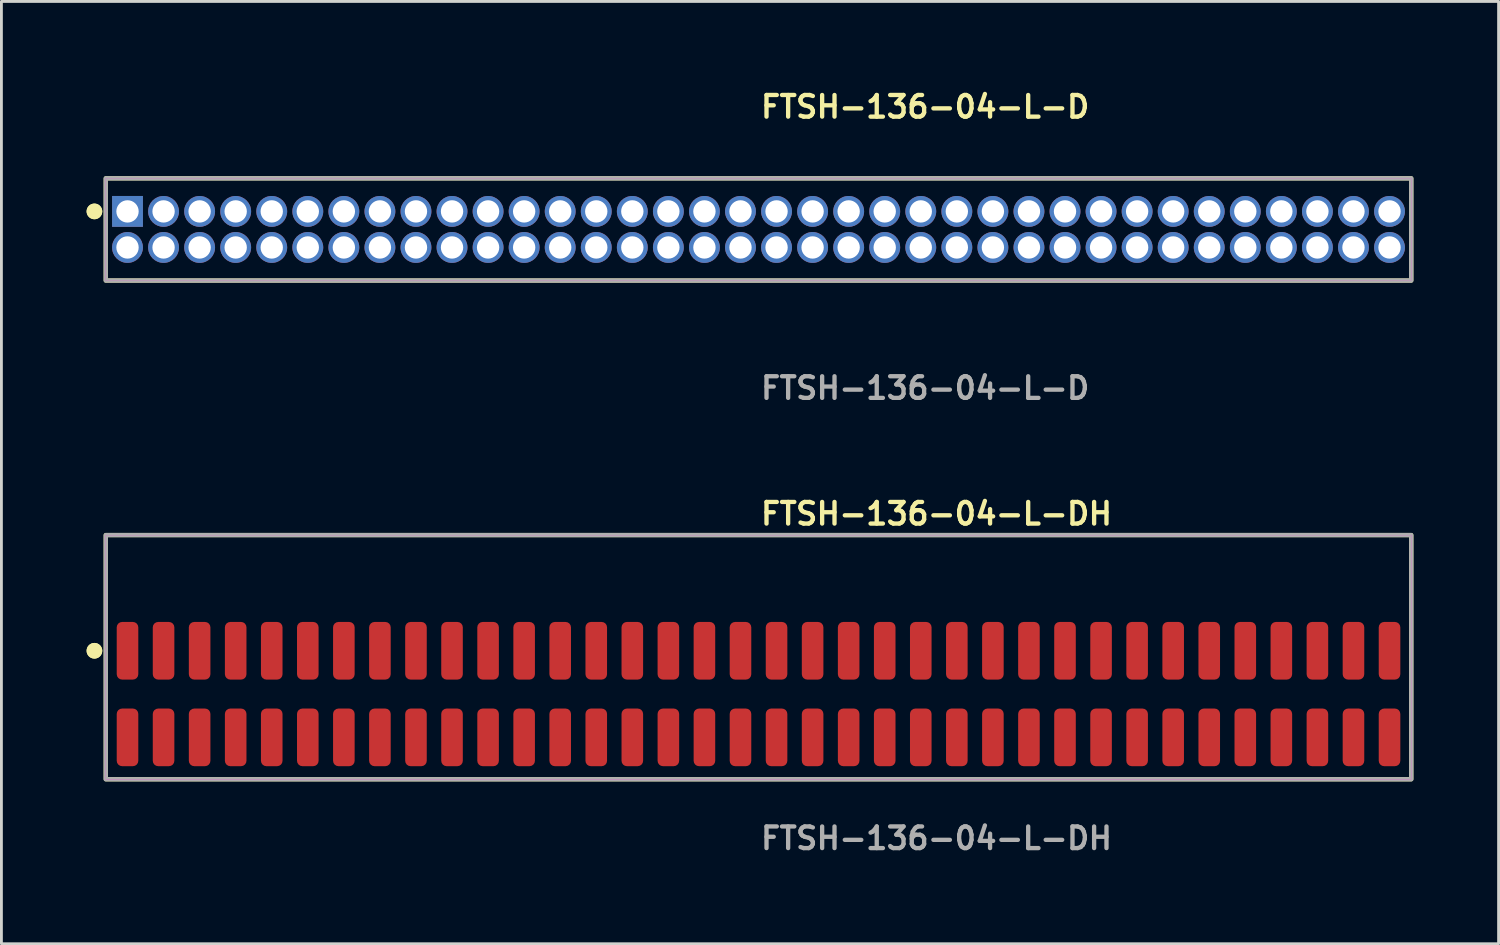
<source format=kicad_pcb>
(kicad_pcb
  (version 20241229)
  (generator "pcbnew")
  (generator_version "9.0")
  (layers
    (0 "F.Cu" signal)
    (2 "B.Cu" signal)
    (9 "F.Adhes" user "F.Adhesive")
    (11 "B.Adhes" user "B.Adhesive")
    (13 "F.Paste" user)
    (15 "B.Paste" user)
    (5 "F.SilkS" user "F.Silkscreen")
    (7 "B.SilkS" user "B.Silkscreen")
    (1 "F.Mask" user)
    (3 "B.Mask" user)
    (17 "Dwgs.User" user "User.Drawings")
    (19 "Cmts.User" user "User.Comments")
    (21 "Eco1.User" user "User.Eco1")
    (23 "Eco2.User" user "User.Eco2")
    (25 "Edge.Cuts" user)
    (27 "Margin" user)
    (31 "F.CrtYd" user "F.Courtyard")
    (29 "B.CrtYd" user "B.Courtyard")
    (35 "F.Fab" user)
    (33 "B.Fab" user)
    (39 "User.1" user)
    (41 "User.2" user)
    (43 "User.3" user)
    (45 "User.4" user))
  (footprint "FTSH-136-04-L-D"
    (layer "F.Cu")
    (at 23.666 5.031)
    (property "Reference" "FTSH-136-04-L-D" (at 0 -4.318 0) (unlocked yes) (layer "F.SilkS") (effects (font (size 0.762 0.762) (thickness 0.152)) (justify left)))
    (fp_rect (start -22.99 1.8) (end 22.99 -1.8) (stroke (width 0.152) (type solid)) (fill no) (layer "F.SilkS"))
    (fp_circle (center -23.39 -0.635) (end -23.59 -0.635) (stroke (width 0.152) (type solid)) (fill yes) (layer "F.SilkS"))
    (fp_circle (center -23.39 -0.635) (end -23.59 -0.635) (stroke (width 0.152) (type solid)) (fill yes) (layer "F.SilkS"))
    (fp_rect (start -22.99 1.8) (end 22.99 -1.8) (stroke (width 0.006) (type solid)) (fill no) (layer "F.CrtYd"))
    (fp_rect (start -22.99 1.8) (end 22.99 -1.8) (stroke (width 0.152) (type solid)) (fill no) (layer "F.Fab"))
    (fp_text user "${REFERENCE}" (at 0 5.588 0) (unlocked yes) (layer "F.Fab") (effects (font (size 0.762 0.762) (thickness 0.152)) (justify left)))
    (pad "1" thru_hole rect (at -22.225 -0.635) (size 1.087 1.087) (drill 0.787) (layers "*.Cu" "*.Mask"))
    (pad "2" thru_hole circle (at -22.225 0.635) (size 1.087 1.087) (drill 0.787) (layers "*.Cu" "*.Mask"))
    (pad "3" thru_hole circle (at -20.955 -0.635) (size 1.087 1.087) (drill 0.787) (layers "*.Cu" "*.Mask"))
    (pad "4" thru_hole circle (at -20.955 0.635) (size 1.087 1.087) (drill 0.787) (layers "*.Cu" "*.Mask"))
    (pad "5" thru_hole circle (at -19.685 -0.635) (size 1.087 1.087) (drill 0.787) (layers "*.Cu" "*.Mask"))
    (pad "6" thru_hole circle (at -19.685 0.635) (size 1.087 1.087) (drill 0.787) (layers "*.Cu" "*.Mask"))
    (pad "7" thru_hole circle (at -18.415 -0.635) (size 1.087 1.087) (drill 0.787) (layers "*.Cu" "*.Mask"))
    (pad "8" thru_hole circle (at -18.415 0.635) (size 1.087 1.087) (drill 0.787) (layers "*.Cu" "*.Mask"))
    (pad "9" thru_hole circle (at -17.145 -0.635) (size 1.087 1.087) (drill 0.787) (layers "*.Cu" "*.Mask"))
    (pad "10" thru_hole circle (at -17.145 0.635) (size 1.087 1.087) (drill 0.787) (layers "*.Cu" "*.Mask"))
    (pad "11" thru_hole circle (at -15.875 -0.635) (size 1.087 1.087) (drill 0.787) (layers "*.Cu" "*.Mask"))
    (pad "12" thru_hole circle (at -15.875 0.635) (size 1.087 1.087) (drill 0.787) (layers "*.Cu" "*.Mask"))
    (pad "13" thru_hole circle (at -14.605 -0.635) (size 1.087 1.087) (drill 0.787) (layers "*.Cu" "*.Mask"))
    (pad "14" thru_hole circle (at -14.605 0.635) (size 1.087 1.087) (drill 0.787) (layers "*.Cu" "*.Mask"))
    (pad "15" thru_hole circle (at -13.335 -0.635) (size 1.087 1.087) (drill 0.787) (layers "*.Cu" "*.Mask"))
    (pad "16" thru_hole circle (at -13.335 0.635) (size 1.087 1.087) (drill 0.787) (layers "*.Cu" "*.Mask"))
    (pad "17" thru_hole circle (at -12.065 -0.635) (size 1.087 1.087) (drill 0.787) (layers "*.Cu" "*.Mask"))
    (pad "18" thru_hole circle (at -12.065 0.635) (size 1.087 1.087) (drill 0.787) (layers "*.Cu" "*.Mask"))
    (pad "19" thru_hole circle (at -10.795 -0.635) (size 1.087 1.087) (drill 0.787) (layers "*.Cu" "*.Mask"))
    (pad "20" thru_hole circle (at -10.795 0.635) (size 1.087 1.087) (drill 0.787) (layers "*.Cu" "*.Mask"))
    (pad "21" thru_hole circle (at -9.525 -0.635) (size 1.087 1.087) (drill 0.787) (layers "*.Cu" "*.Mask"))
    (pad "22" thru_hole circle (at -9.525 0.635) (size 1.087 1.087) (drill 0.787) (layers "*.Cu" "*.Mask"))
    (pad "23" thru_hole circle (at -8.255 -0.635) (size 1.087 1.087) (drill 0.787) (layers "*.Cu" "*.Mask"))
    (pad "24" thru_hole circle (at -8.255 0.635) (size 1.087 1.087) (drill 0.787) (layers "*.Cu" "*.Mask"))
    (pad "25" thru_hole circle (at -6.985 -0.635) (size 1.087 1.087) (drill 0.787) (layers "*.Cu" "*.Mask"))
    (pad "26" thru_hole circle (at -6.985 0.635) (size 1.087 1.087) (drill 0.787) (layers "*.Cu" "*.Mask"))
    (pad "27" thru_hole circle (at -5.715 -0.635) (size 1.087 1.087) (drill 0.787) (layers "*.Cu" "*.Mask"))
    (pad "28" thru_hole circle (at -5.715 0.635) (size 1.087 1.087) (drill 0.787) (layers "*.Cu" "*.Mask"))
    (pad "29" thru_hole circle (at -4.445 -0.635) (size 1.087 1.087) (drill 0.787) (layers "*.Cu" "*.Mask"))
    (pad "30" thru_hole circle (at -4.445 0.635) (size 1.087 1.087) (drill 0.787) (layers "*.Cu" "*.Mask"))
    (pad "31" thru_hole circle (at -3.175 -0.635) (size 1.087 1.087) (drill 0.787) (layers "*.Cu" "*.Mask"))
    (pad "32" thru_hole circle (at -3.175 0.635) (size 1.087 1.087) (drill 0.787) (layers "*.Cu" "*.Mask"))
    (pad "33" thru_hole circle (at -1.905 -0.635) (size 1.087 1.087) (drill 0.787) (layers "*.Cu" "*.Mask"))
    (pad "34" thru_hole circle (at -1.905 0.635) (size 1.087 1.087) (drill 0.787) (layers "*.Cu" "*.Mask"))
    (pad "35" thru_hole circle (at -0.635 -0.635) (size 1.087 1.087) (drill 0.787) (layers "*.Cu" "*.Mask"))
    (pad "36" thru_hole circle (at -0.635 0.635) (size 1.087 1.087) (drill 0.787) (layers "*.Cu" "*.Mask"))
    (pad "37" thru_hole circle (at 0.635 -0.635) (size 1.087 1.087) (drill 0.787) (layers "*.Cu" "*.Mask"))
    (pad "38" thru_hole circle (at 0.635 0.635) (size 1.087 1.087) (drill 0.787) (layers "*.Cu" "*.Mask"))
    (pad "39" thru_hole circle (at 1.905 -0.635) (size 1.087 1.087) (drill 0.787) (layers "*.Cu" "*.Mask"))
    (pad "40" thru_hole circle (at 1.905 0.635) (size 1.087 1.087) (drill 0.787) (layers "*.Cu" "*.Mask"))
    (pad "41" thru_hole circle (at 3.175 -0.635) (size 1.087 1.087) (drill 0.787) (layers "*.Cu" "*.Mask"))
    (pad "42" thru_hole circle (at 3.175 0.635) (size 1.087 1.087) (drill 0.787) (layers "*.Cu" "*.Mask"))
    (pad "43" thru_hole circle (at 4.445 -0.635) (size 1.087 1.087) (drill 0.787) (layers "*.Cu" "*.Mask"))
    (pad "44" thru_hole circle (at 4.445 0.635) (size 1.087 1.087) (drill 0.787) (layers "*.Cu" "*.Mask"))
    (pad "45" thru_hole circle (at 5.715 -0.635) (size 1.087 1.087) (drill 0.787) (layers "*.Cu" "*.Mask"))
    (pad "46" thru_hole circle (at 5.715 0.635) (size 1.087 1.087) (drill 0.787) (layers "*.Cu" "*.Mask"))
    (pad "47" thru_hole circle (at 6.985 -0.635) (size 1.087 1.087) (drill 0.787) (layers "*.Cu" "*.Mask"))
    (pad "48" thru_hole circle (at 6.985 0.635) (size 1.087 1.087) (drill 0.787) (layers "*.Cu" "*.Mask"))
    (pad "49" thru_hole circle (at 8.255 -0.635) (size 1.087 1.087) (drill 0.787) (layers "*.Cu" "*.Mask"))
    (pad "50" thru_hole circle (at 8.255 0.635) (size 1.087 1.087) (drill 0.787) (layers "*.Cu" "*.Mask"))
    (pad "51" thru_hole circle (at 9.525 -0.635) (size 1.087 1.087) (drill 0.787) (layers "*.Cu" "*.Mask"))
    (pad "52" thru_hole circle (at 9.525 0.635) (size 1.087 1.087) (drill 0.787) (layers "*.Cu" "*.Mask"))
    (pad "53" thru_hole circle (at 10.795 -0.635) (size 1.087 1.087) (drill 0.787) (layers "*.Cu" "*.Mask"))
    (pad "54" thru_hole circle (at 10.795 0.635) (size 1.087 1.087) (drill 0.787) (layers "*.Cu" "*.Mask"))
    (pad "55" thru_hole circle (at 12.065 -0.635) (size 1.087 1.087) (drill 0.787) (layers "*.Cu" "*.Mask"))
    (pad "56" thru_hole circle (at 12.065 0.635) (size 1.087 1.087) (drill 0.787) (layers "*.Cu" "*.Mask"))
    (pad "57" thru_hole circle (at 13.335 -0.635) (size 1.087 1.087) (drill 0.787) (layers "*.Cu" "*.Mask"))
    (pad "58" thru_hole circle (at 13.335 0.635) (size 1.087 1.087) (drill 0.787) (layers "*.Cu" "*.Mask"))
    (pad "59" thru_hole circle (at 14.605 -0.635) (size 1.087 1.087) (drill 0.787) (layers "*.Cu" "*.Mask"))
    (pad "60" thru_hole circle (at 14.605 0.635) (size 1.087 1.087) (drill 0.787) (layers "*.Cu" "*.Mask"))
    (pad "61" thru_hole circle (at 15.875 -0.635) (size 1.087 1.087) (drill 0.787) (layers "*.Cu" "*.Mask"))
    (pad "62" thru_hole circle (at 15.875 0.635) (size 1.087 1.087) (drill 0.787) (layers "*.Cu" "*.Mask"))
    (pad "63" thru_hole circle (at 17.145 -0.635) (size 1.087 1.087) (drill 0.787) (layers "*.Cu" "*.Mask"))
    (pad "64" thru_hole circle (at 17.145 0.635) (size 1.087 1.087) (drill 0.787) (layers "*.Cu" "*.Mask"))
    (pad "65" thru_hole circle (at 18.415 -0.635) (size 1.087 1.087) (drill 0.787) (layers "*.Cu" "*.Mask"))
    (pad "66" thru_hole circle (at 18.415 0.635) (size 1.087 1.087) (drill 0.787) (layers "*.Cu" "*.Mask"))
    (pad "67" thru_hole circle (at 19.685 -0.635) (size 1.087 1.087) (drill 0.787) (layers "*.Cu" "*.Mask"))
    (pad "68" thru_hole circle (at 19.685 0.635) (size 1.087 1.087) (drill 0.787) (layers "*.Cu" "*.Mask"))
    (pad "69" thru_hole circle (at 20.955 -0.635) (size 1.087 1.087) (drill 0.787) (layers "*.Cu" "*.Mask"))
    (pad "70" thru_hole circle (at 20.955 0.635) (size 1.087 1.087) (drill 0.787) (layers "*.Cu" "*.Mask"))
    (pad "71" thru_hole circle (at 22.225 -0.635) (size 1.087 1.087) (drill 0.787) (layers "*.Cu" "*.Mask"))
    (pad "72" thru_hole circle (at 22.225 0.635) (size 1.087 1.087) (drill 0.787) (layers "*.Cu" "*.Mask")))
  (footprint "FTSH-136-04-L-DH"
    (layer "F.Cu")
    (at 23.666 21.396)
    (property "Reference" "FTSH-136-04-L-DH" (at 0 -6.35 0) (unlocked yes) (layer "F.SilkS") (effects (font (size 0.762 0.762) (thickness 0.152)) (justify left)))
    (fp_rect (start -22.99 3) (end 22.99 -5.6) (stroke (width 0.152) (type solid)) (fill no) (layer "F.SilkS"))
    (fp_circle (center -23.39 -1.525) (end -23.59 -1.525) (stroke (width 0.152) (type solid)) (fill yes) (layer "F.SilkS"))
    (fp_circle (center -23.39 -1.525) (end -23.59 -1.525) (stroke (width 0.152) (type solid)) (fill yes) (layer "F.SilkS"))
    (fp_rect (start -22.99 3) (end 22.99 -5.6) (stroke (width 0.006) (type solid)) (fill no) (layer "F.CrtYd"))
    (fp_rect (start -22.99 3) (end 22.99 -5.6) (stroke (width 0.152) (type solid)) (fill no) (layer "F.Fab"))
    (fp_text user "${REFERENCE}" (at 0 5.08 0) (unlocked yes) (layer "F.Fab") (effects (font (size 0.762 0.762) (thickness 0.152)) (justify left)))
    (pad "1" smd roundrect (at -22.225 -1.525) (size 0.76 2.03) (layers "F.Cu" "F.Paste") (roundrect_rratio 0.25))
    (pad "2" smd roundrect (at -22.225 1.525) (size 0.76 2.03) (layers "F.Cu" "F.Paste") (roundrect_rratio 0.25))
    (pad "3" smd roundrect (at -20.955 -1.525) (size 0.76 2.03) (layers "F.Cu" "F.Paste") (roundrect_rratio 0.25))
    (pad "4" smd roundrect (at -20.955 1.525) (size 0.76 2.03) (layers "F.Cu" "F.Paste") (roundrect_rratio 0.25))
    (pad "5" smd roundrect (at -19.685 -1.525) (size 0.76 2.03) (layers "F.Cu" "F.Paste") (roundrect_rratio 0.25))
    (pad "6" smd roundrect (at -19.685 1.525) (size 0.76 2.03) (layers "F.Cu" "F.Paste") (roundrect_rratio 0.25))
    (pad "7" smd roundrect (at -18.415 -1.525) (size 0.76 2.03) (layers "F.Cu" "F.Paste") (roundrect_rratio 0.25))
    (pad "8" smd roundrect (at -18.415 1.525) (size 0.76 2.03) (layers "F.Cu" "F.Paste") (roundrect_rratio 0.25))
    (pad "9" smd roundrect (at -17.145 -1.525) (size 0.76 2.03) (layers "F.Cu" "F.Paste") (roundrect_rratio 0.25))
    (pad "10" smd roundrect (at -17.145 1.525) (size 0.76 2.03) (layers "F.Cu" "F.Paste") (roundrect_rratio 0.25))
    (pad "11" smd roundrect (at -15.875 -1.525) (size 0.76 2.03) (layers "F.Cu" "F.Paste") (roundrect_rratio 0.25))
    (pad "12" smd roundrect (at -15.875 1.525) (size 0.76 2.03) (layers "F.Cu" "F.Paste") (roundrect_rratio 0.25))
    (pad "13" smd roundrect (at -14.605 -1.525) (size 0.76 2.03) (layers "F.Cu" "F.Paste") (roundrect_rratio 0.25))
    (pad "14" smd roundrect (at -14.605 1.525) (size 0.76 2.03) (layers "F.Cu" "F.Paste") (roundrect_rratio 0.25))
    (pad "15" smd roundrect (at -13.335 -1.525) (size 0.76 2.03) (layers "F.Cu" "F.Paste") (roundrect_rratio 0.25))
    (pad "16" smd roundrect (at -13.335 1.525) (size 0.76 2.03) (layers "F.Cu" "F.Paste") (roundrect_rratio 0.25))
    (pad "17" smd roundrect (at -12.065 -1.525) (size 0.76 2.03) (layers "F.Cu" "F.Paste") (roundrect_rratio 0.25))
    (pad "18" smd roundrect (at -12.065 1.525) (size 0.76 2.03) (layers "F.Cu" "F.Paste") (roundrect_rratio 0.25))
    (pad "19" smd roundrect (at -10.795 -1.525) (size 0.76 2.03) (layers "F.Cu" "F.Paste") (roundrect_rratio 0.25))
    (pad "20" smd roundrect (at -10.795 1.525) (size 0.76 2.03) (layers "F.Cu" "F.Paste") (roundrect_rratio 0.25))
    (pad "21" smd roundrect (at -9.525 -1.525) (size 0.76 2.03) (layers "F.Cu" "F.Paste") (roundrect_rratio 0.25))
    (pad "22" smd roundrect (at -9.525 1.525) (size 0.76 2.03) (layers "F.Cu" "F.Paste") (roundrect_rratio 0.25))
    (pad "23" smd roundrect (at -8.255 -1.525) (size 0.76 2.03) (layers "F.Cu" "F.Paste") (roundrect_rratio 0.25))
    (pad "24" smd roundrect (at -8.255 1.525) (size 0.76 2.03) (layers "F.Cu" "F.Paste") (roundrect_rratio 0.25))
    (pad "25" smd roundrect (at -6.985 -1.525) (size 0.76 2.03) (layers "F.Cu" "F.Paste") (roundrect_rratio 0.25))
    (pad "26" smd roundrect (at -6.985 1.525) (size 0.76 2.03) (layers "F.Cu" "F.Paste") (roundrect_rratio 0.25))
    (pad "27" smd roundrect (at -5.715 -1.525) (size 0.76 2.03) (layers "F.Cu" "F.Paste") (roundrect_rratio 0.25))
    (pad "28" smd roundrect (at -5.715 1.525) (size 0.76 2.03) (layers "F.Cu" "F.Paste") (roundrect_rratio 0.25))
    (pad "29" smd roundrect (at -4.445 -1.525) (size 0.76 2.03) (layers "F.Cu" "F.Paste") (roundrect_rratio 0.25))
    (pad "30" smd roundrect (at -4.445 1.525) (size 0.76 2.03) (layers "F.Cu" "F.Paste") (roundrect_rratio 0.25))
    (pad "31" smd roundrect (at -3.175 -1.525) (size 0.76 2.03) (layers "F.Cu" "F.Paste") (roundrect_rratio 0.25))
    (pad "32" smd roundrect (at -3.175 1.525) (size 0.76 2.03) (layers "F.Cu" "F.Paste") (roundrect_rratio 0.25))
    (pad "33" smd roundrect (at -1.905 -1.525) (size 0.76 2.03) (layers "F.Cu" "F.Paste") (roundrect_rratio 0.25))
    (pad "34" smd roundrect (at -1.905 1.525) (size 0.76 2.03) (layers "F.Cu" "F.Paste") (roundrect_rratio 0.25))
    (pad "35" smd roundrect (at -0.635 -1.525) (size 0.76 2.03) (layers "F.Cu" "F.Paste") (roundrect_rratio 0.25))
    (pad "36" smd roundrect (at -0.635 1.525) (size 0.76 2.03) (layers "F.Cu" "F.Paste") (roundrect_rratio 0.25))
    (pad "37" smd roundrect (at 0.635 -1.525) (size 0.76 2.03) (layers "F.Cu" "F.Paste") (roundrect_rratio 0.25))
    (pad "38" smd roundrect (at 0.635 1.525) (size 0.76 2.03) (layers "F.Cu" "F.Paste") (roundrect_rratio 0.25))
    (pad "39" smd roundrect (at 1.905 -1.525) (size 0.76 2.03) (layers "F.Cu" "F.Paste") (roundrect_rratio 0.25))
    (pad "40" smd roundrect (at 1.905 1.525) (size 0.76 2.03) (layers "F.Cu" "F.Paste") (roundrect_rratio 0.25))
    (pad "41" smd roundrect (at 3.175 -1.525) (size 0.76 2.03) (layers "F.Cu" "F.Paste") (roundrect_rratio 0.25))
    (pad "42" smd roundrect (at 3.175 1.525) (size 0.76 2.03) (layers "F.Cu" "F.Paste") (roundrect_rratio 0.25))
    (pad "43" smd roundrect (at 4.445 -1.525) (size 0.76 2.03) (layers "F.Cu" "F.Paste") (roundrect_rratio 0.25))
    (pad "44" smd roundrect (at 4.445 1.525) (size 0.76 2.03) (layers "F.Cu" "F.Paste") (roundrect_rratio 0.25))
    (pad "45" smd roundrect (at 5.715 -1.525) (size 0.76 2.03) (layers "F.Cu" "F.Paste") (roundrect_rratio 0.25))
    (pad "46" smd roundrect (at 5.715 1.525) (size 0.76 2.03) (layers "F.Cu" "F.Paste") (roundrect_rratio 0.25))
    (pad "47" smd roundrect (at 6.985 -1.525) (size 0.76 2.03) (layers "F.Cu" "F.Paste") (roundrect_rratio 0.25))
    (pad "48" smd roundrect (at 6.985 1.525) (size 0.76 2.03) (layers "F.Cu" "F.Paste") (roundrect_rratio 0.25))
    (pad "49" smd roundrect (at 8.255 -1.525) (size 0.76 2.03) (layers "F.Cu" "F.Paste") (roundrect_rratio 0.25))
    (pad "50" smd roundrect (at 8.255 1.525) (size 0.76 2.03) (layers "F.Cu" "F.Paste") (roundrect_rratio 0.25))
    (pad "51" smd roundrect (at 9.525 -1.525) (size 0.76 2.03) (layers "F.Cu" "F.Paste") (roundrect_rratio 0.25))
    (pad "52" smd roundrect (at 9.525 1.525) (size 0.76 2.03) (layers "F.Cu" "F.Paste") (roundrect_rratio 0.25))
    (pad "53" smd roundrect (at 10.795 -1.525) (size 0.76 2.03) (layers "F.Cu" "F.Paste") (roundrect_rratio 0.25))
    (pad "54" smd roundrect (at 10.795 1.525) (size 0.76 2.03) (layers "F.Cu" "F.Paste") (roundrect_rratio 0.25))
    (pad "55" smd roundrect (at 12.065 -1.525) (size 0.76 2.03) (layers "F.Cu" "F.Paste") (roundrect_rratio 0.25))
    (pad "56" smd roundrect (at 12.065 1.525) (size 0.76 2.03) (layers "F.Cu" "F.Paste") (roundrect_rratio 0.25))
    (pad "57" smd roundrect (at 13.335 -1.525) (size 0.76 2.03) (layers "F.Cu" "F.Paste") (roundrect_rratio 0.25))
    (pad "58" smd roundrect (at 13.335 1.525) (size 0.76 2.03) (layers "F.Cu" "F.Paste") (roundrect_rratio 0.25))
    (pad "59" smd roundrect (at 14.605 -1.525) (size 0.76 2.03) (layers "F.Cu" "F.Paste") (roundrect_rratio 0.25))
    (pad "60" smd roundrect (at 14.605 1.525) (size 0.76 2.03) (layers "F.Cu" "F.Paste") (roundrect_rratio 0.25))
    (pad "61" smd roundrect (at 15.875 -1.525) (size 0.76 2.03) (layers "F.Cu" "F.Paste") (roundrect_rratio 0.25))
    (pad "62" smd roundrect (at 15.875 1.525) (size 0.76 2.03) (layers "F.Cu" "F.Paste") (roundrect_rratio 0.25))
    (pad "63" smd roundrect (at 17.145 -1.525) (size 0.76 2.03) (layers "F.Cu" "F.Paste") (roundrect_rratio 0.25))
    (pad "64" smd roundrect (at 17.145 1.525) (size 0.76 2.03) (layers "F.Cu" "F.Paste") (roundrect_rratio 0.25))
    (pad "65" smd roundrect (at 18.415 -1.525) (size 0.76 2.03) (layers "F.Cu" "F.Paste") (roundrect_rratio 0.25))
    (pad "66" smd roundrect (at 18.415 1.525) (size 0.76 2.03) (layers "F.Cu" "F.Paste") (roundrect_rratio 0.25))
    (pad "67" smd roundrect (at 19.685 -1.525) (size 0.76 2.03) (layers "F.Cu" "F.Paste") (roundrect_rratio 0.25))
    (pad "68" smd roundrect (at 19.685 1.525) (size 0.76 2.03) (layers "F.Cu" "F.Paste") (roundrect_rratio 0.25))
    (pad "69" smd roundrect (at 20.955 -1.525) (size 0.76 2.03) (layers "F.Cu" "F.Paste") (roundrect_rratio 0.25))
    (pad "70" smd roundrect (at 20.955 1.525) (size 0.76 2.03) (layers "F.Cu" "F.Paste") (roundrect_rratio 0.25))
    (pad "71" smd roundrect (at 22.225 -1.525) (size 0.76 2.03) (layers "F.Cu" "F.Paste") (roundrect_rratio 0.25))
    (pad "72" smd roundrect (at 22.225 1.525) (size 0.76 2.03) (layers "F.Cu" "F.Paste") (roundrect_rratio 0.25)))
  (gr_rect
    (start -3 -3)
    (end 49.732 30.189)
    (stroke (width 0.1) (type default))
    (fill no)
    (layer "Edge.Cuts")))
</source>
